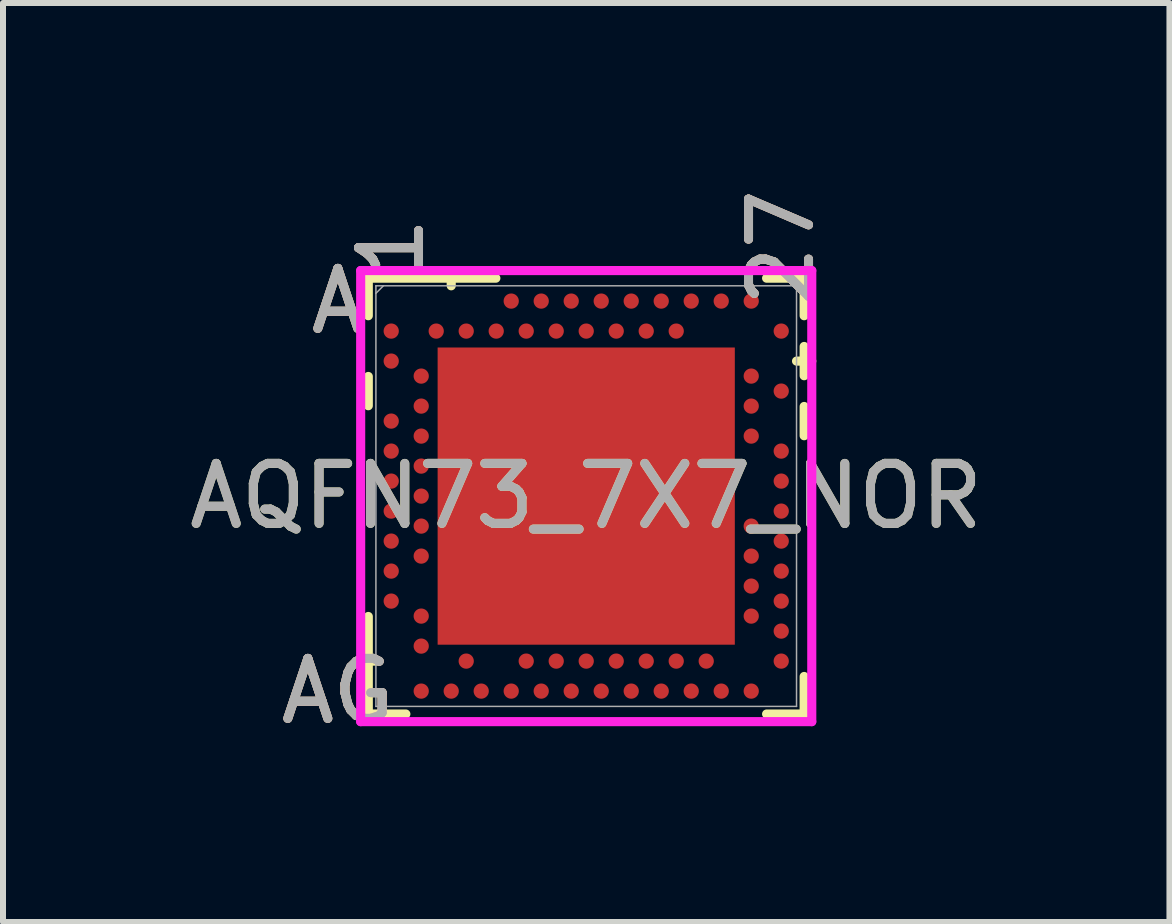
<source format=kicad_pcb>
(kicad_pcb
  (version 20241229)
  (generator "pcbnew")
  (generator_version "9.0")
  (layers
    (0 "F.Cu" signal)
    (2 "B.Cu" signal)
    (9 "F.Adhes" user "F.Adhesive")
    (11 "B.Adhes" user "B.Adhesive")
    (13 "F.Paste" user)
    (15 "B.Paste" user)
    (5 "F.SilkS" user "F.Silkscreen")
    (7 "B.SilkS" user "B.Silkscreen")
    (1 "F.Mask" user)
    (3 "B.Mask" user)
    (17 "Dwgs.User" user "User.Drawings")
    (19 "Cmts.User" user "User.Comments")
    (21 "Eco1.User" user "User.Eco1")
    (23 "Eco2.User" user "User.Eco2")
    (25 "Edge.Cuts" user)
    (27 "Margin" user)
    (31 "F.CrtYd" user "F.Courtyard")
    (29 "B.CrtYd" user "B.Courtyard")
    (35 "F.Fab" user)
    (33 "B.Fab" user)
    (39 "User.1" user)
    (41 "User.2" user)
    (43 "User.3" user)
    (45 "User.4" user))
  (footprint "AQFN73_7X7_NOR"
    (layer "F.Cu")
    (at 6.72 5.218)
    (property "Reference" "AQFN73_7X7_NOR" (at 0 0 0) (unlocked yes) (layer "F.SilkS") (effects (font (size 1 1) (thickness 0.15))))
    (attr smd)
    (fp_line (start -3.632 -3.632) (end -3.632 -3.006) (stroke (width 0.152) (type solid)) (layer "F.SilkS"))
    (fp_line (start -3.632 -1.994) (end -3.632 -1.506) (stroke (width 0.152) (type solid)) (layer "F.SilkS"))
    (fp_line (start -3.632 2.006) (end -3.632 3.632) (stroke (width 0.152) (type solid)) (layer "F.SilkS"))
    (fp_line (start -3.632 3.632) (end -3.006 3.632) (stroke (width 0.152) (type solid)) (layer "F.SilkS"))
    (fp_line (start -3.505 2.75) (end -3.759 2.75) (stroke (width 0.152) (type solid)) (layer "F.SilkS"))
    (fp_line (start -2.25 -3.505) (end -2.25 -3.759) (stroke (width 0.152) (type solid)) (layer "F.SilkS"))
    (fp_line (start -1.506 -3.632) (end -3.632 -3.632) (stroke (width 0.152) (type solid)) (layer "F.SilkS"))
    (fp_line (start 3.006 3.632) (end 3.632 3.632) (stroke (width 0.152) (type solid)) (layer "F.SilkS"))
    (fp_line (start 3.505 -2.25) (end 3.759 -2.25) (stroke (width 0.152) (type solid)) (layer "F.SilkS"))
    (fp_line (start 3.632 -3.632) (end 3.006 -3.632) (stroke (width 0.152) (type solid)) (layer "F.SilkS"))
    (fp_line (start 3.632 -3.006) (end 3.632 -3.632) (stroke (width 0.152) (type solid)) (layer "F.SilkS"))
    (fp_line (start 3.632 -2.006) (end 3.632 -2.494) (stroke (width 0.152) (type solid)) (layer "F.SilkS"))
    (fp_line (start 3.632 -1.006) (end 3.632 -1.494) (stroke (width 0.152) (type solid)) (layer "F.SilkS"))
    (fp_line (start 3.632 3.632) (end 3.632 3.006) (stroke (width 0.152) (type solid)) (layer "F.SilkS"))
    (fp_poly (pts (xy -2.377 -2.377) (xy -2.377 -0.925) (xy -0.925 -0.925) (xy -0.925 -2.377)) (stroke (width 0) (type solid)) (fill yes) (layer "F.Paste"))
    (fp_poly (pts (xy -2.377 -0.726) (xy -2.377 0.726) (xy -0.925 0.726) (xy -0.925 -0.726)) (stroke (width 0) (type solid)) (fill yes) (layer "F.Paste"))
    (fp_poly (pts (xy -2.377 0.925) (xy -2.377 2.377) (xy -0.925 2.377) (xy -0.925 0.925)) (stroke (width 0) (type solid)) (fill yes) (layer "F.Paste"))
    (fp_poly (pts (xy -0.726 -2.377) (xy -0.726 -0.925) (xy 0.726 -0.925) (xy 0.726 -2.377)) (stroke (width 0) (type solid)) (fill yes) (layer "F.Paste"))
    (fp_poly (pts (xy -0.726 -0.726) (xy -0.726 0.726) (xy 0.726 0.726) (xy 0.726 -0.726)) (stroke (width 0) (type solid)) (fill yes) (layer "F.Paste"))
    (fp_poly (pts (xy -0.726 0.925) (xy -0.726 2.377) (xy 0.726 2.377) (xy 0.726 0.925)) (stroke (width 0) (type solid)) (fill yes) (layer "F.Paste"))
    (fp_poly (pts (xy 0.925 -2.377) (xy 0.925 -0.925) (xy 2.377 -0.925) (xy 2.377 -2.377)) (stroke (width 0) (type solid)) (fill yes) (layer "F.Paste"))
    (fp_poly (pts (xy 0.925 -0.726) (xy 0.925 0.726) (xy 2.377 0.726) (xy 2.377 -0.726)) (stroke (width 0) (type solid)) (fill yes) (layer "F.Paste"))
    (fp_poly (pts (xy 0.925 0.925) (xy 0.925 2.377) (xy 2.377 2.377) (xy 2.377 0.925)) (stroke (width 0) (type solid)) (fill yes) (layer "F.Paste"))
    (fp_poly (pts (xy -3.82 -3.82) (xy 3.82 -3.82) (xy 3.82 3.82) (xy -3.82 3.82)) (stroke (width 0.1) (type solid)) (fill no) (layer "Eco2.User"))
    (fp_line (start -3.759 -3.759) (end 3.759 -3.759) (stroke (width 0.152) (type solid)) (layer "F.CrtYd"))
    (fp_line (start -3.759 3.759) (end -3.759 -3.759) (stroke (width 0.152) (type solid)) (layer "F.CrtYd"))
    (fp_line (start 3.759 -3.759) (end 3.759 3.759) (stroke (width 0.152) (type solid)) (layer "F.CrtYd"))
    (fp_line (start 3.759 3.759) (end -3.759 3.759) (stroke (width 0.152) (type solid)) (layer "F.CrtYd"))
    (fp_line (start -3.505 -3.505) (end -3.505 3.505) (stroke (width 0.025) (type solid)) (layer "F.Fab"))
    (fp_line (start -3.505 3.505) (end 3.505 3.505) (stroke (width 0.025) (type solid)) (layer "F.Fab"))
    (fp_line (start -3.38 -3.505) (end -3.505 -3.38) (stroke (width 0.025) (type solid)) (layer "F.Fab"))
    (fp_line (start 3.505 -3.505) (end -3.505 -3.505) (stroke (width 0.025) (type solid)) (layer "F.Fab"))
    (fp_line (start 3.505 3.505) (end 3.505 -3.505) (stroke (width 0.025) (type solid)) (layer "F.Fab"))
    (fp_text user "AG" (at -4.14 3.25 0) (unlocked yes) (layer "F.SilkS") (effects (font (size 1 1) (thickness 0.15))))
    (fp_text user "A" (at -4.14 -3.25 0) (unlocked yes) (layer "F.SilkS") (effects (font (size 1 1) (thickness 0.15))))
    (fp_text user "1" (at -3.25 -4.14 90) (unlocked yes) (layer "F.SilkS") (effects (font (size 1 1) (thickness 0.15))))
    (fp_text user "27" (at 3.25 -4.14 90) (unlocked yes) (layer "F.SilkS") (effects (font (size 1 1) (thickness 0.15))))
    (fp_text user "1" (at -3.25 -4.14 90) (unlocked yes) (layer "B.SilkS") (effects (font (size 1 1) (thickness 0.15))))
    (fp_text user "27" (at 3.25 -4.14 90) (unlocked yes) (layer "B.SilkS") (effects (font (size 1 1) (thickness 0.15))))
    (fp_text user "AG" (at -4.14 3.25 0) (unlocked yes) (layer "B.SilkS") (effects (font (size 1 1) (thickness 0.15))))
    (fp_text user "A" (at -4.14 -3.25 0) (unlocked yes) (layer "B.SilkS") (effects (font (size 1 1) (thickness 0.15))))
    (fp_text user "27" (at 3.25 -4.14 90) (unlocked yes) (layer "F.Fab") (effects (font (size 1 1) (thickness 0.15))))
    (fp_text user "${REFERENCE}" (at 0 0 0) (unlocked yes) (layer "F.Fab") (effects (font (size 1 1) (thickness 0.15))))
    (fp_text user "1" (at -3.25 -4.14 90) (unlocked yes) (layer "F.Fab") (effects (font (size 1 1) (thickness 0.15))))
    (fp_text user "A" (at -4.14 -3.25 0) (unlocked yes) (layer "F.Fab") (effects (font (size 1 1) (thickness 0.15))))
    (fp_text user "AG" (at -4.14 3.25 0) (unlocked yes) (layer "F.Fab") (effects (font (size 1 1) (thickness 0.15))))
    (pad "74" smd rect (at 0 0) (size 4.953 4.953) (layers "F.Cu" "F.Mask"))
    (pad "A8" smd circle (at -1.25 -3.25) (size 0.254 0.254) (layers "F.Cu" "F.Mask" "F.Paste"))
    (pad "A10" smd circle (at -0.75 -3.25) (size 0.254 0.254) (layers "F.Cu" "F.Mask" "F.Paste"))
    (pad "A12" smd circle (at -0.25 -3.25) (size 0.254 0.254) (layers "F.Cu" "F.Mask" "F.Paste"))
    (pad "A14" smd circle (at 0.25 -3.25) (size 0.254 0.254) (layers "F.Cu" "F.Mask" "F.Paste"))
    (pad "A16" smd circle (at 0.75 -3.25) (size 0.254 0.254) (layers "F.Cu" "F.Mask" "F.Paste"))
    (pad "A18" smd circle (at 1.25 -3.25) (size 0.254 0.254) (layers "F.Cu" "F.Mask" "F.Paste"))
    (pad "A20" smd circle (at 1.75 -3.25) (size 0.254 0.254) (layers "F.Cu" "F.Mask" "F.Paste"))
    (pad "A22" smd circle (at 2.25 -3.25) (size 0.254 0.254) (layers "F.Cu" "F.Mask" "F.Paste"))
    (pad "A23" smd circle (at 2.75 -3.25) (size 0.254 0.254) (layers "F.Cu" "F.Mask" "F.Paste"))
    (pad "AA24" smd circle (at 3.25 2.25) (size 0.254 0.254) (layers "F.Cu" "F.Mask" "F.Paste"))
    (pad "AB2" smd circle (at -2.75 2.5) (size 0.254 0.254) (layers "F.Cu" "F.Mask" "F.Paste"))
    (pad "AC5" smd circle (at -2 2.75) (size 0.254 0.254) (layers "F.Cu" "F.Mask" "F.Paste"))
    (pad "AC9" smd circle (at -1 2.75) (size 0.254 0.254) (layers "F.Cu" "F.Mask" "F.Paste"))
    (pad "AC11" smd circle (at -0.5 2.75) (size 0.254 0.254) (layers "F.Cu" "F.Mask" "F.Paste"))
    (pad "AC13" smd circle (at 0 2.75) (size 0.254 0.254) (layers "F.Cu" "F.Mask" "F.Paste"))
    (pad "AC15" smd circle (at 0.5 2.75) (size 0.254 0.254) (layers "F.Cu" "F.Mask" "F.Paste"))
    (pad "AC17" smd circle (at 1 2.75) (size 0.254 0.254) (layers "F.Cu" "F.Mask" "F.Paste"))
    (pad "AC19" smd circle (at 1.5 2.75) (size 0.254 0.254) (layers "F.Cu" "F.Mask" "F.Paste"))
    (pad "AC21" smd circle (at 2 2.75) (size 0.254 0.254) (layers "F.Cu" "F.Mask" "F.Paste"))
    (pad "AC24" smd circle (at 3.25 2.75) (size 0.254 0.254) (layers "F.Cu" "F.Mask" "F.Paste"))
    (pad "AD2" smd circle (at -2.75 3.25) (size 0.254 0.254) (layers "F.Cu" "F.Mask" "F.Paste"))
    (pad "AD4" smd circle (at -2.25 3.25) (size 0.254 0.254) (layers "F.Cu" "F.Mask" "F.Paste"))
    (pad "AD6" smd circle (at -1.75 3.25) (size 0.254 0.254) (layers "F.Cu" "F.Mask" "F.Paste"))
    (pad "AD8" smd circle (at -1.25 3.25) (size 0.254 0.254) (layers "F.Cu" "F.Mask" "F.Paste"))
    (pad "AD10" smd circle (at -0.75 3.25) (size 0.254 0.254) (layers "F.Cu" "F.Mask" "F.Paste"))
    (pad "AD12" smd circle (at -0.25 3.25) (size 0.254 0.254) (layers "F.Cu" "F.Mask" "F.Paste"))
    (pad "AD14" smd circle (at 0.25 3.25) (size 0.254 0.254) (layers "F.Cu" "F.Mask" "F.Paste"))
    (pad "AD16" smd circle (at 0.75 3.25) (size 0.254 0.254) (layers "F.Cu" "F.Mask" "F.Paste"))
    (pad "AD18" smd circle (at 1.25 3.25) (size 0.254 0.254) (layers "F.Cu" "F.Mask" "F.Paste"))
    (pad "AD20" smd circle (at 1.75 3.25) (size 0.254 0.254) (layers "F.Cu" "F.Mask" "F.Paste"))
    (pad "AD22" smd circle (at 2.25 3.25) (size 0.254 0.254) (layers "F.Cu" "F.Mask" "F.Paste"))
    (pad "AD23" smd circle (at 2.75 3.25) (size 0.254 0.254) (layers "F.Cu" "F.Mask" "F.Paste"))
    (pad "B1" smd circle (at -3.25 -2.75) (size 0.254 0.254) (layers "F.Cu" "F.Mask" "F.Paste"))
    (pad "B3" smd circle (at -2.5 -2.75) (size 0.254 0.254) (layers "F.Cu" "F.Mask" "F.Paste"))
    (pad "B5" smd circle (at -2 -2.75) (size 0.254 0.254) (layers "F.Cu" "F.Mask" "F.Paste"))
    (pad "B7" smd circle (at -1.5 -2.75) (size 0.254 0.254) (layers "F.Cu" "F.Mask" "F.Paste"))
    (pad "B9" smd circle (at -1 -2.75) (size 0.254 0.254) (layers "F.Cu" "F.Mask" "F.Paste"))
    (pad "B11" smd circle (at -0.5 -2.75) (size 0.254 0.254) (layers "F.Cu" "F.Mask" "F.Paste"))
    (pad "B13" smd circle (at 0 -2.75) (size 0.254 0.254) (layers "F.Cu" "F.Mask" "F.Paste"))
    (pad "B15" smd circle (at 0.5 -2.75) (size 0.254 0.254) (layers "F.Cu" "F.Mask" "F.Paste"))
    (pad "B17" smd circle (at 1 -2.75) (size 0.254 0.254) (layers "F.Cu" "F.Mask" "F.Paste"))
    (pad "B19" smd circle (at 1.5 -2.75) (size 0.254 0.254) (layers "F.Cu" "F.Mask" "F.Paste"))
    (pad "B24" smd circle (at 3.25 -2.75) (size 0.254 0.254) (layers "F.Cu" "F.Mask" "F.Paste"))
    (pad "C1" smd circle (at -3.25 -2.25) (size 0.254 0.254) (layers "F.Cu" "F.Mask" "F.Paste"))
    (pad "D2" smd circle (at -2.75 -2) (size 0.254 0.254) (layers "F.Cu" "F.Mask" "F.Paste"))
    (pad "D23" smd circle (at 2.75 -2) (size 0.254 0.254) (layers "F.Cu" "F.Mask" "F.Paste"))
    (pad "E24" smd circle (at 3.25 -1.75) (size 0.254 0.254) (layers "F.Cu" "F.Mask" "F.Paste"))
    (pad "F2" smd circle (at -2.75 -1.5) (size 0.254 0.254) (layers "F.Cu" "F.Mask" "F.Paste"))
    (pad "F23" smd circle (at 2.75 -1.5) (size 0.254 0.254) (layers "F.Cu" "F.Mask" "F.Paste"))
    (pad "G1" smd circle (at -3.25 -1.25) (size 0.254 0.254) (layers "F.Cu" "F.Mask" "F.Paste"))
    (pad "H2" smd circle (at -2.75 -1) (size 0.254 0.254) (layers "F.Cu" "F.Mask" "F.Paste"))
    (pad "H23" smd circle (at 2.75 -1) (size 0.254 0.254) (layers "F.Cu" "F.Mask" "F.Paste"))
    (pad "J1" smd circle (at -3.25 -0.75) (size 0.254 0.254) (layers "F.Cu" "F.Mask" "F.Paste"))
    (pad "J24" smd circle (at 3.25 -0.75) (size 0.254 0.254) (layers "F.Cu" "F.Mask" "F.Paste"))
    (pad "K2" smd circle (at -2.75 -0.5) (size 0.254 0.254) (layers "F.Cu" "F.Mask" "F.Paste"))
    (pad "L1" smd circle (at -3.25 -0.25) (size 0.254 0.254) (layers "F.Cu" "F.Mask" "F.Paste"))
    (pad "L24" smd circle (at 3.25 -0.25) (size 0.254 0.254) (layers "F.Cu" "F.Mask" "F.Paste"))
    (pad "M2" smd circle (at -2.75 0) (size 0.254 0.254) (layers "F.Cu" "F.Mask" "F.Paste"))
    (pad "N1" smd circle (at -3.25 0.25) (size 0.254 0.254) (layers "F.Cu" "F.Mask" "F.Paste"))
    (pad "N24" smd circle (at 3.25 0.25) (size 0.254 0.254) (layers "F.Cu" "F.Mask" "F.Paste"))
    (pad "P2" smd circle (at -2.75 0.5) (size 0.254 0.254) (layers "F.Cu" "F.Mask" "F.Paste"))
    (pad "P23" smd circle (at 2.75 0.5) (size 0.254 0.254) (layers "F.Cu" "F.Mask" "F.Paste"))
    (pad "R1" smd circle (at -3.25 0.75) (size 0.254 0.254) (layers "F.Cu" "F.Mask" "F.Paste"))
    (pad "R24" smd circle (at 3.25 0.75) (size 0.254 0.254) (layers "F.Cu" "F.Mask" "F.Paste"))
    (pad "T2" smd circle (at -2.75 1) (size 0.254 0.254) (layers "F.Cu" "F.Mask" "F.Paste"))
    (pad "T23" smd circle (at 2.75 1) (size 0.254 0.254) (layers "F.Cu" "F.Mask" "F.Paste"))
    (pad "U1" smd circle (at -3.25 1.25) (size 0.254 0.254) (layers "F.Cu" "F.Mask" "F.Paste"))
    (pad "U24" smd circle (at 3.25 1.25) (size 0.254 0.254) (layers "F.Cu" "F.Mask" "F.Paste"))
    (pad "V23" smd circle (at 2.75 1.5) (size 0.254 0.254) (layers "F.Cu" "F.Mask" "F.Paste"))
    (pad "W1" smd circle (at -3.25 1.75) (size 0.254 0.254) (layers "F.Cu" "F.Mask" "F.Paste"))
    (pad "W24" smd circle (at 3.25 1.75) (size 0.254 0.254) (layers "F.Cu" "F.Mask" "F.Paste"))
    (pad "Y2" smd circle (at -2.75 2) (size 0.254 0.254) (layers "F.Cu" "F.Mask" "F.Paste"))
    (pad "Y23" smd circle (at 2.75 2) (size 0.254 0.254) (layers "F.Cu" "F.Mask" "F.Paste")))
  (gr_rect
    (start -3 -3)
    (end 16.44 12.316)
    (stroke (width 0.1) (type default))
    (fill no)
    (layer "Edge.Cuts")))
</source>
